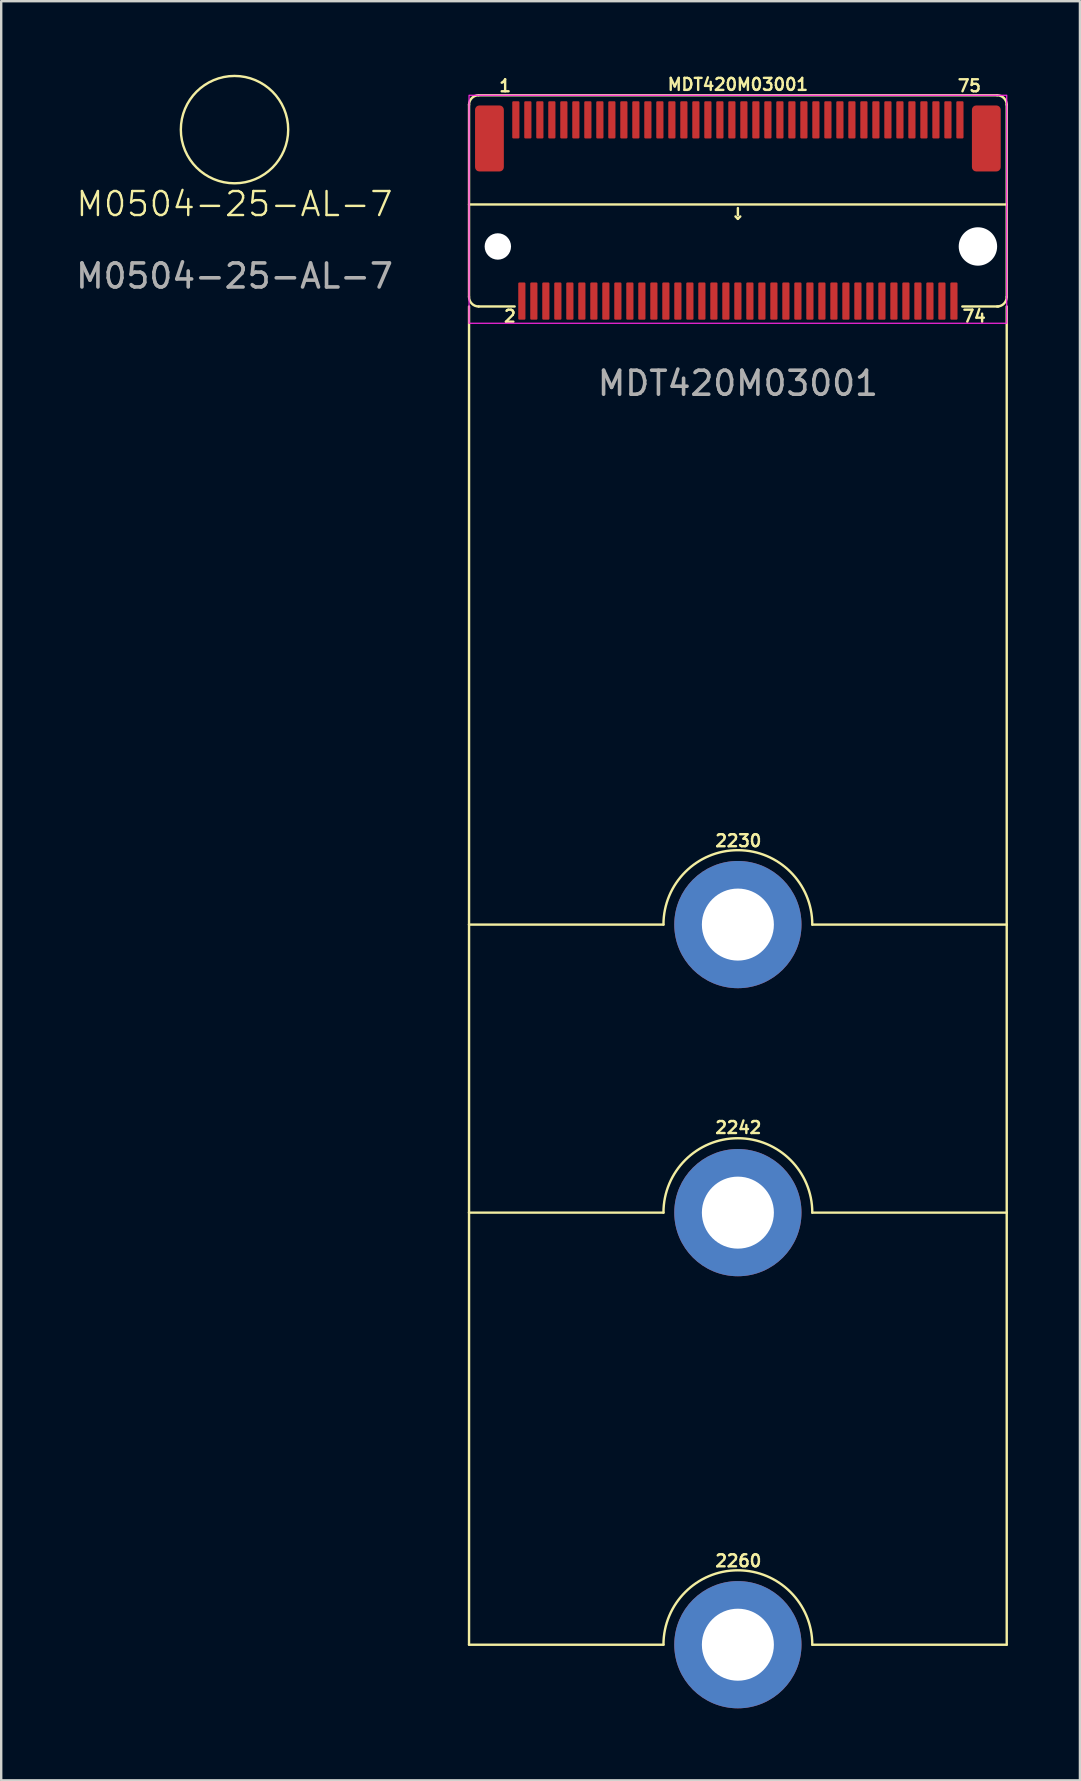
<source format=kicad_pcb>
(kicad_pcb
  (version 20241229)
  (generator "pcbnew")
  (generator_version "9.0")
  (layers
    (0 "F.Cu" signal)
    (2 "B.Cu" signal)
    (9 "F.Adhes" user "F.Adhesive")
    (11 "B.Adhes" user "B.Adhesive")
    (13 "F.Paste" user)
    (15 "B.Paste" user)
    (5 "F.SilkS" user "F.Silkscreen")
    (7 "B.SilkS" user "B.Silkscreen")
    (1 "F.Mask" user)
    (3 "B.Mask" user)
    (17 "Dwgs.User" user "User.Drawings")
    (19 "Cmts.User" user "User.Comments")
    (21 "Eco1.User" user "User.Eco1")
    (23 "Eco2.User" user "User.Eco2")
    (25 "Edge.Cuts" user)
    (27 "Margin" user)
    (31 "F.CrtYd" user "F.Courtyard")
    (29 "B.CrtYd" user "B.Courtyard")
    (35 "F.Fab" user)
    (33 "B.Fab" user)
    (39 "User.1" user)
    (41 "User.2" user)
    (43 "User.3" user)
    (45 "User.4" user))
  (footprint "MDT420M03001"
    (layer "F.Cu")
    (at 27.69 7.218)
    (property "Reference" "MDT420M03001" (at 0 -6.75 0) (unlocked yes) (layer "F.SilkS") (effects (font (size 0.5 0.5) (thickness 0.1))))
    (attr smd)
    (fp_line (start -11.2 -5.917) (end -11.2 2.1) (stroke (width 0.1) (type solid)) (layer "F.SilkS"))
    (fp_line (start -11.2 2.5) (end -11.2 28.25) (stroke (width 0.1) (type default)) (layer "F.SilkS"))
    (fp_line (start -11.2 28.25) (end -11.2 40.25) (stroke (width 0.1) (type default)) (layer "F.SilkS"))
    (fp_line (start -11.2 28.25) (end -3.1 28.25) (stroke (width 0.1) (type default)) (layer "F.SilkS"))
    (fp_line (start -11.2 40.25) (end -3.1 40.25) (stroke (width 0.1) (type default)) (layer "F.SilkS"))
    (fp_line (start -11.2 58.25) (end -11.2 40.25) (stroke (width 0.1) (type default)) (layer "F.SilkS"))
    (fp_line (start -11.2 58.25) (end -3.1 58.25) (stroke (width 0.1) (type default)) (layer "F.SilkS"))
    (fp_line (start -10.8 -6.3) (end 10.8 -6.3) (stroke (width 0.1) (type default)) (layer "F.SilkS"))
    (fp_line (start -10.8 2.5) (end -9.3 2.5) (stroke (width 0.1) (type default)) (layer "F.SilkS"))
    (fp_line (start 0 -1.6) (end 0 -1.3) (stroke (width 0.1) (type default)) (layer "F.SilkS"))
    (fp_line (start 0 -1.15) (end -0.1 -1.25) (stroke (width 0.1) (type default)) (layer "F.SilkS"))
    (fp_line (start 0 -1.15) (end 0.1 -1.25) (stroke (width 0.1) (type default)) (layer "F.SilkS"))
    (fp_line (start 10.85 2.5) (end 9.35 2.5) (stroke (width 0.1) (type default)) (layer "F.SilkS"))
    (fp_line (start 11.2 -5.917) (end 11.2 2.1) (stroke (width 0.1) (type solid)) (layer "F.SilkS"))
    (fp_line (start 11.2 -1.75) (end -11.2 -1.75) (stroke (width 0.1) (type default)) (layer "F.SilkS"))
    (fp_line (start 11.2 2.5) (end 11.2 28.25) (stroke (width 0.1) (type default)) (layer "F.SilkS"))
    (fp_line (start 11.2 28.25) (end 3.1 28.25) (stroke (width 0.1) (type default)) (layer "F.SilkS"))
    (fp_line (start 11.2 28.25) (end 11.2 40.25) (stroke (width 0.1) (type default)) (layer "F.SilkS"))
    (fp_line (start 11.2 40.25) (end 3.1 40.25) (stroke (width 0.1) (type default)) (layer "F.SilkS"))
    (fp_line (start 11.2 58.25) (end 3.1 58.25) (stroke (width 0.1) (type default)) (layer "F.SilkS"))
    (fp_line (start 11.2 58.25) (end 11.2 40.25) (stroke (width 0.1) (type default)) (layer "F.SilkS"))
    (fp_arc (start -11.2 -5.9) (mid -11.082843 -6.182843) (end -10.8 -6.3) (stroke (width 0.1) (type default)) (layer "F.SilkS"))
    (fp_arc (start -10.8 2.5) (mid -11.082843 2.382843) (end -11.2 2.1) (stroke (width 0.1) (type default)) (layer "F.SilkS"))
    (fp_arc (start -3.1 28.25) (mid 0 25.15) (end 3.1 28.25) (stroke (width 0.1) (type default)) (layer "F.SilkS"))
    (fp_arc (start -3.1 40.25) (mid 0 37.15) (end 3.1 40.25) (stroke (width 0.1) (type default)) (layer "F.SilkS"))
    (fp_arc (start -3.1 58.25) (mid 0 55.15) (end 3.1 58.25) (stroke (width 0.1) (type default)) (layer "F.SilkS"))
    (fp_arc (start 10.8 -6.299998) (mid 11.082842 -6.182841) (end 11.199999 -5.899999) (stroke (width 0.1) (type default)) (layer "F.SilkS"))
    (fp_arc (start 11.2 2.100001) (mid 11.082842 2.382844) (end 10.799999 2.500001) (stroke (width 0.1) (type default)) (layer "F.SilkS"))
    (fp_rect (start -11.2 -6.3) (end 11.2 3.2) (stroke (width 0.05) (type default)) (fill no) (layer "F.CrtYd"))
    (fp_text user "2230" (at -1 25.05 0) (unlocked yes) (layer "F.SilkS") (effects (font (size 0.5 0.5) (thickness 0.1)) (justify left bottom)))
    (fp_text user "74" (at 9.3 3.2 0) (unlocked yes) (layer "F.SilkS") (effects (font (size 0.5 0.5) (thickness 0.1)) (justify left bottom)))
    (fp_text user "75" (at 9.1 -6.4 0) (unlocked yes) (layer "F.SilkS") (effects (font (size 0.5 0.5) (thickness 0.1)) (justify left bottom)))
    (fp_text user "1" (at -10 -6.4 0) (unlocked yes) (layer "F.SilkS") (effects (font (size 0.5 0.5) (thickness 0.1)) (justify left bottom)))
    (fp_text user "2260" (at -1 55.05 0) (unlocked yes) (layer "F.SilkS") (effects (font (size 0.5 0.5) (thickness 0.1)) (justify left bottom)))
    (fp_text user "2" (at -9.8 3.2 0) (unlocked yes) (layer "F.SilkS") (effects (font (size 0.5 0.5) (thickness 0.1)) (justify left bottom)))
    (fp_text user "2242" (at -1 37 0) (unlocked yes) (layer "F.SilkS") (effects (font (size 0.5 0.5) (thickness 0.1)) (justify left bottom)))
    (fp_text user "${REFERENCE}" (at 0 5.7 0) (unlocked yes) (layer "F.Fab") (effects (font (size 1 1) (thickness 0.15))))
    (pad "" np_thru_hole circle (at -10 0) (size 1.1 1.1) (drill 1.1) (layers "*.Cu" "*.Mask"))
    (pad "" thru_hole circle (at 0 28.25) (size 5.3 5.3) (drill 3) (layers "*.Cu" "*.Mask" "F.Paste"))
    (pad "" thru_hole circle (at 0 40.25) (size 5.3 5.3) (drill 3) (layers "*.Cu" "*.Mask" "F.Paste"))
    (pad "" thru_hole circle (at 0 58.25) (size 5.3 5.3) (drill 3) (layers "*.Cu" "*.Mask" "F.Paste"))
    (pad "" np_thru_hole circle (at 10 0) (size 1.6 1.6) (drill 1.6) (layers "*.Cu" "*.Mask"))
    (pad "0" smd roundrect (at -10.35 -4.5) (size 1.2 2.75) (layers "F.Cu" "F.Mask" "F.Paste") (roundrect_rratio 0.15))
    (pad "0" smd roundrect (at 10.35 -4.5) (size 1.2 2.75) (layers "F.Cu" "F.Mask" "F.Paste") (roundrect_rratio 0.15))
    (pad "1" smd roundrect (at -9.25 -5.275) (size 0.3 1.55) (layers "F.Cu" "F.Mask" "F.Paste") (roundrect_rratio 0.15))
    (pad "2" smd roundrect (at -9 2.275) (size 0.3 1.55) (layers "F.Cu" "F.Mask" "F.Paste") (roundrect_rratio 0.15))
    (pad "3" smd roundrect (at -8.75 -5.275) (size 0.3 1.55) (layers "F.Cu" "F.Mask" "F.Paste") (roundrect_rratio 0.15))
    (pad "4" smd roundrect (at -8.5 2.275) (size 0.3 1.55) (layers "F.Cu" "F.Mask" "F.Paste") (roundrect_rratio 0.15))
    (pad "5" smd roundrect (at -8.25 -5.275) (size 0.3 1.55) (layers "F.Cu" "F.Mask" "F.Paste") (roundrect_rratio 0.15))
    (pad "6" smd roundrect (at -8 2.275) (size 0.3 1.55) (layers "F.Cu" "F.Mask" "F.Paste") (roundrect_rratio 0.15))
    (pad "7" smd roundrect (at -7.75 -5.275) (size 0.3 1.55) (layers "F.Cu" "F.Mask" "F.Paste") (roundrect_rratio 0.15))
    (pad "8" smd roundrect (at -7.5 2.275) (size 0.3 1.55) (layers "F.Cu" "F.Mask" "F.Paste") (roundrect_rratio 0.15))
    (pad "9" smd roundrect (at -7.25 -5.275) (size 0.3 1.55) (layers "F.Cu" "F.Mask" "F.Paste") (roundrect_rratio 0.15))
    (pad "10" smd roundrect (at -7 2.275) (size 0.3 1.55) (layers "F.Cu" "F.Mask" "F.Paste") (roundrect_rratio 0.15))
    (pad "11" smd roundrect (at -6.75 -5.275) (size 0.3 1.55) (layers "F.Cu" "F.Mask" "F.Paste") (roundrect_rratio 0.15))
    (pad "12" smd roundrect (at -6.5 2.275) (size 0.3 1.55) (layers "F.Cu" "F.Mask" "F.Paste") (roundrect_rratio 0.15))
    (pad "13" smd roundrect (at -6.25 -5.275) (size 0.3 1.55) (layers "F.Cu" "F.Mask" "F.Paste") (roundrect_rratio 0.15))
    (pad "14" smd roundrect (at -6 2.275) (size 0.3 1.55) (layers "F.Cu" "F.Mask" "F.Paste") (roundrect_rratio 0.15))
    (pad "15" smd roundrect (at -5.75 -5.275) (size 0.3 1.55) (layers "F.Cu" "F.Mask" "F.Paste") (roundrect_rratio 0.15))
    (pad "16" smd roundrect (at -5.5 2.275) (size 0.3 1.55) (layers "F.Cu" "F.Mask" "F.Paste") (roundrect_rratio 0.15))
    (pad "17" smd roundrect (at -5.25 -5.275) (size 0.3 1.55) (layers "F.Cu" "F.Mask" "F.Paste") (roundrect_rratio 0.15))
    (pad "18" smd roundrect (at -5 2.275) (size 0.3 1.55) (layers "F.Cu" "F.Mask" "F.Paste") (roundrect_rratio 0.15))
    (pad "19" smd roundrect (at -4.75 -5.275) (size 0.3 1.55) (layers "F.Cu" "F.Mask" "F.Paste") (roundrect_rratio 0.15))
    (pad "20" smd roundrect (at -4.5 2.275) (size 0.3 1.55) (layers "F.Cu" "F.Mask" "F.Paste") (roundrect_rratio 0.15))
    (pad "21" smd roundrect (at -4.25 -5.275) (size 0.3 1.55) (layers "F.Cu" "F.Mask" "F.Paste") (roundrect_rratio 0.15))
    (pad "22" smd roundrect (at -4 2.275) (size 0.3 1.55) (layers "F.Cu" "F.Mask" "F.Paste") (roundrect_rratio 0.15))
    (pad "23" smd roundrect (at -3.75 -5.275) (size 0.3 1.55) (layers "F.Cu" "F.Mask" "F.Paste") (roundrect_rratio 0.15))
    (pad "24" smd roundrect (at -3.5 2.275) (size 0.3 1.55) (layers "F.Cu" "F.Mask" "F.Paste") (roundrect_rratio 0.15))
    (pad "25" smd roundrect (at -3.25 -5.275) (size 0.3 1.55) (layers "F.Cu" "F.Mask" "F.Paste") (roundrect_rratio 0.15))
    (pad "26" smd roundrect (at -3 2.275) (size 0.3 1.55) (layers "F.Cu" "F.Mask" "F.Paste") (roundrect_rratio 0.15))
    (pad "27" smd roundrect (at -2.75 -5.275) (size 0.3 1.55) (layers "F.Cu" "F.Mask" "F.Paste") (roundrect_rratio 0.15))
    (pad "28" smd roundrect (at -2.5 2.275) (size 0.3 1.55) (layers "F.Cu" "F.Mask" "F.Paste") (roundrect_rratio 0.15))
    (pad "29" smd roundrect (at -2.25 -5.275) (size 0.3 1.55) (layers "F.Cu" "F.Mask" "F.Paste") (roundrect_rratio 0.15))
    (pad "30" smd roundrect (at -2 2.275) (size 0.3 1.55) (layers "F.Cu" "F.Mask" "F.Paste") (roundrect_rratio 0.15))
    (pad "31" smd roundrect (at -1.75 -5.275) (size 0.3 1.55) (layers "F.Cu" "F.Mask" "F.Paste") (roundrect_rratio 0.15))
    (pad "32" smd roundrect (at -1.5 2.275) (size 0.3 1.55) (layers "F.Cu" "F.Mask" "F.Paste") (roundrect_rratio 0.15))
    (pad "33" smd roundrect (at -1.25 -5.275) (size 0.3 1.55) (layers "F.Cu" "F.Mask" "F.Paste") (roundrect_rratio 0.15))
    (pad "34" smd roundrect (at -1 2.275) (size 0.3 1.55) (layers "F.Cu" "F.Mask" "F.Paste") (roundrect_rratio 0.15))
    (pad "35" smd roundrect (at -0.75 -5.275) (size 0.3 1.55) (layers "F.Cu" "F.Mask" "F.Paste") (roundrect_rratio 0.15))
    (pad "36" smd roundrect (at -0.5 2.275) (size 0.3 1.55) (layers "F.Cu" "F.Mask" "F.Paste") (roundrect_rratio 0.15))
    (pad "37" smd roundrect (at -0.25 -5.275) (size 0.3 1.55) (layers "F.Cu" "F.Mask" "F.Paste") (roundrect_rratio 0.15))
    (pad "38" smd roundrect (at 0 2.275) (size 0.3 1.55) (layers "F.Cu" "F.Mask" "F.Paste") (roundrect_rratio 0.15))
    (pad "39" smd roundrect (at 0.25 -5.275) (size 0.3 1.55) (layers "F.Cu" "F.Mask" "F.Paste") (roundrect_rratio 0.15))
    (pad "40" smd roundrect (at 0.5 2.275) (size 0.3 1.55) (layers "F.Cu" "F.Mask" "F.Paste") (roundrect_rratio 0.15))
    (pad "41" smd roundrect (at 0.75 -5.275) (size 0.3 1.55) (layers "F.Cu" "F.Mask" "F.Paste") (roundrect_rratio 0.15))
    (pad "42" smd roundrect (at 1 2.275) (size 0.3 1.55) (layers "F.Cu" "F.Mask" "F.Paste") (roundrect_rratio 0.15))
    (pad "43" smd roundrect (at 1.25 -5.275) (size 0.3 1.55) (layers "F.Cu" "F.Mask" "F.Paste") (roundrect_rratio 0.15))
    (pad "44" smd roundrect (at 1.5 2.275) (size 0.3 1.55) (layers "F.Cu" "F.Mask" "F.Paste") (roundrect_rratio 0.15))
    (pad "45" smd roundrect (at 1.75 -5.275) (size 0.3 1.55) (layers "F.Cu" "F.Mask" "F.Paste") (roundrect_rratio 0.15))
    (pad "46" smd roundrect (at 2 2.275) (size 0.3 1.55) (layers "F.Cu" "F.Mask" "F.Paste") (roundrect_rratio 0.15))
    (pad "47" smd roundrect (at 2.25 -5.275) (size 0.3 1.55) (layers "F.Cu" "F.Mask" "F.Paste") (roundrect_rratio 0.15))
    (pad "48" smd roundrect (at 2.5 2.275) (size 0.3 1.55) (layers "F.Cu" "F.Mask" "F.Paste") (roundrect_rratio 0.15))
    (pad "49" smd roundrect (at 2.75 -5.275) (size 0.3 1.55) (layers "F.Cu" "F.Mask" "F.Paste") (roundrect_rratio 0.15))
    (pad "50" smd roundrect (at 3 2.275) (size 0.3 1.55) (layers "F.Cu" "F.Mask" "F.Paste") (roundrect_rratio 0.15))
    (pad "51" smd roundrect (at 3.25 -5.275) (size 0.3 1.55) (layers "F.Cu" "F.Mask" "F.Paste") (roundrect_rratio 0.15))
    (pad "52" smd roundrect (at 3.5 2.275) (size 0.3 1.55) (layers "F.Cu" "F.Mask" "F.Paste") (roundrect_rratio 0.15))
    (pad "53" smd roundrect (at 3.75 -5.275) (size 0.3 1.55) (layers "F.Cu" "F.Mask" "F.Paste") (roundrect_rratio 0.15))
    (pad "54" smd roundrect (at 4 2.275) (size 0.3 1.55) (layers "F.Cu" "F.Mask" "F.Paste") (roundrect_rratio 0.15))
    (pad "55" smd roundrect (at 4.25 -5.275) (size 0.3 1.55) (layers "F.Cu" "F.Mask" "F.Paste") (roundrect_rratio 0.15))
    (pad "56" smd roundrect (at 4.5 2.275) (size 0.3 1.55) (layers "F.Cu" "F.Mask" "F.Paste") (roundrect_rratio 0.15))
    (pad "57" smd roundrect (at 4.75 -5.275) (size 0.3 1.55) (layers "F.Cu" "F.Mask" "F.Paste") (roundrect_rratio 0.15))
    (pad "58" smd roundrect (at 5 2.275) (size 0.3 1.55) (layers "F.Cu" "F.Mask" "F.Paste") (roundrect_rratio 0.15))
    (pad "59" smd roundrect (at 5.25 -5.275) (size 0.3 1.55) (layers "F.Cu" "F.Mask" "F.Paste") (roundrect_rratio 0.15))
    (pad "60" smd roundrect (at 5.5 2.275) (size 0.3 1.55) (layers "F.Cu" "F.Mask" "F.Paste") (roundrect_rratio 0.15))
    (pad "61" smd roundrect (at 5.75 -5.275) (size 0.3 1.55) (layers "F.Cu" "F.Mask" "F.Paste") (roundrect_rratio 0.15))
    (pad "62" smd roundrect (at 6 2.275) (size 0.3 1.55) (layers "F.Cu" "F.Mask" "F.Paste") (roundrect_rratio 0.15))
    (pad "63" smd roundrect (at 6.25 -5.275) (size 0.3 1.55) (layers "F.Cu" "F.Mask" "F.Paste") (roundrect_rratio 0.15))
    (pad "64" smd roundrect (at 6.5 2.275) (size 0.3 1.55) (layers "F.Cu" "F.Mask" "F.Paste") (roundrect_rratio 0.15))
    (pad "65" smd roundrect (at 6.75 -5.275) (size 0.3 1.55) (layers "F.Cu" "F.Mask" "F.Paste") (roundrect_rratio 0.15))
    (pad "66" smd roundrect (at 7 2.275) (size 0.3 1.55) (layers "F.Cu" "F.Mask" "F.Paste") (roundrect_rratio 0.15))
    (pad "67" smd roundrect (at 7.25 -5.275) (size 0.3 1.55) (layers "F.Cu" "F.Mask" "F.Paste") (roundrect_rratio 0.15))
    (pad "68" smd roundrect (at 7.5 2.275) (size 0.3 1.55) (layers "F.Cu" "F.Mask" "F.Paste") (roundrect_rratio 0.15))
    (pad "69" smd roundrect (at 7.75 -5.275) (size 0.3 1.55) (layers "F.Cu" "F.Mask" "F.Paste") (roundrect_rratio 0.15))
    (pad "70" smd roundrect (at 8 2.275) (size 0.3 1.55) (layers "F.Cu" "F.Mask" "F.Paste") (roundrect_rratio 0.15))
    (pad "71" smd roundrect (at 8.25 -5.275) (size 0.3 1.55) (layers "F.Cu" "F.Mask" "F.Paste") (roundrect_rratio 0.15))
    (pad "72" smd roundrect (at 8.5 2.275) (size 0.3 1.55) (layers "F.Cu" "F.Mask" "F.Paste") (roundrect_rratio 0.15))
    (pad "73" smd roundrect (at 8.75 -5.275) (size 0.3 1.55) (layers "F.Cu" "F.Mask" "F.Paste") (roundrect_rratio 0.15))
    (pad "74" smd roundrect (at 9 2.275) (size 0.3 1.55) (layers "F.Cu" "F.Mask" "F.Paste") (roundrect_rratio 0.15))
    (pad "75" smd roundrect (at 9.25 -5.275) (size 0.3 1.55) (layers "F.Cu" "F.Mask" "F.Paste") (roundrect_rratio 0.15)))
  (footprint "M0504-25-AL-7"
    (layer "F.Cu")
    (at 6.72 2.35)
    (property "Reference" "M0504-25-AL-7" (at 0 3.1 0) (unlocked yes) (layer "F.SilkS") (effects (font (size 1 1) (thickness 0.1))))
    (attr smd)
    (fp_circle (center 0 0) (end 2 1) (stroke (width 0.1) (type default)) (fill no) (layer "F.SilkS"))
    (fp_circle (center 0 0) (end 2.3 0) (stroke (width 0.1) (type default)) (fill no) (layer "Margin"))
    (fp_text user "${REFERENCE}" (at 0 6.1 0) (unlocked yes) (layer "F.Fab") (effects (font (size 1 1) (thickness 0.15)))))
  (gr_rect
    (start -3 -3)
    (end 41.94 71.118)
    (stroke (width 0.1) (type default))
    (fill no)
    (layer "Edge.Cuts")))
</source>
